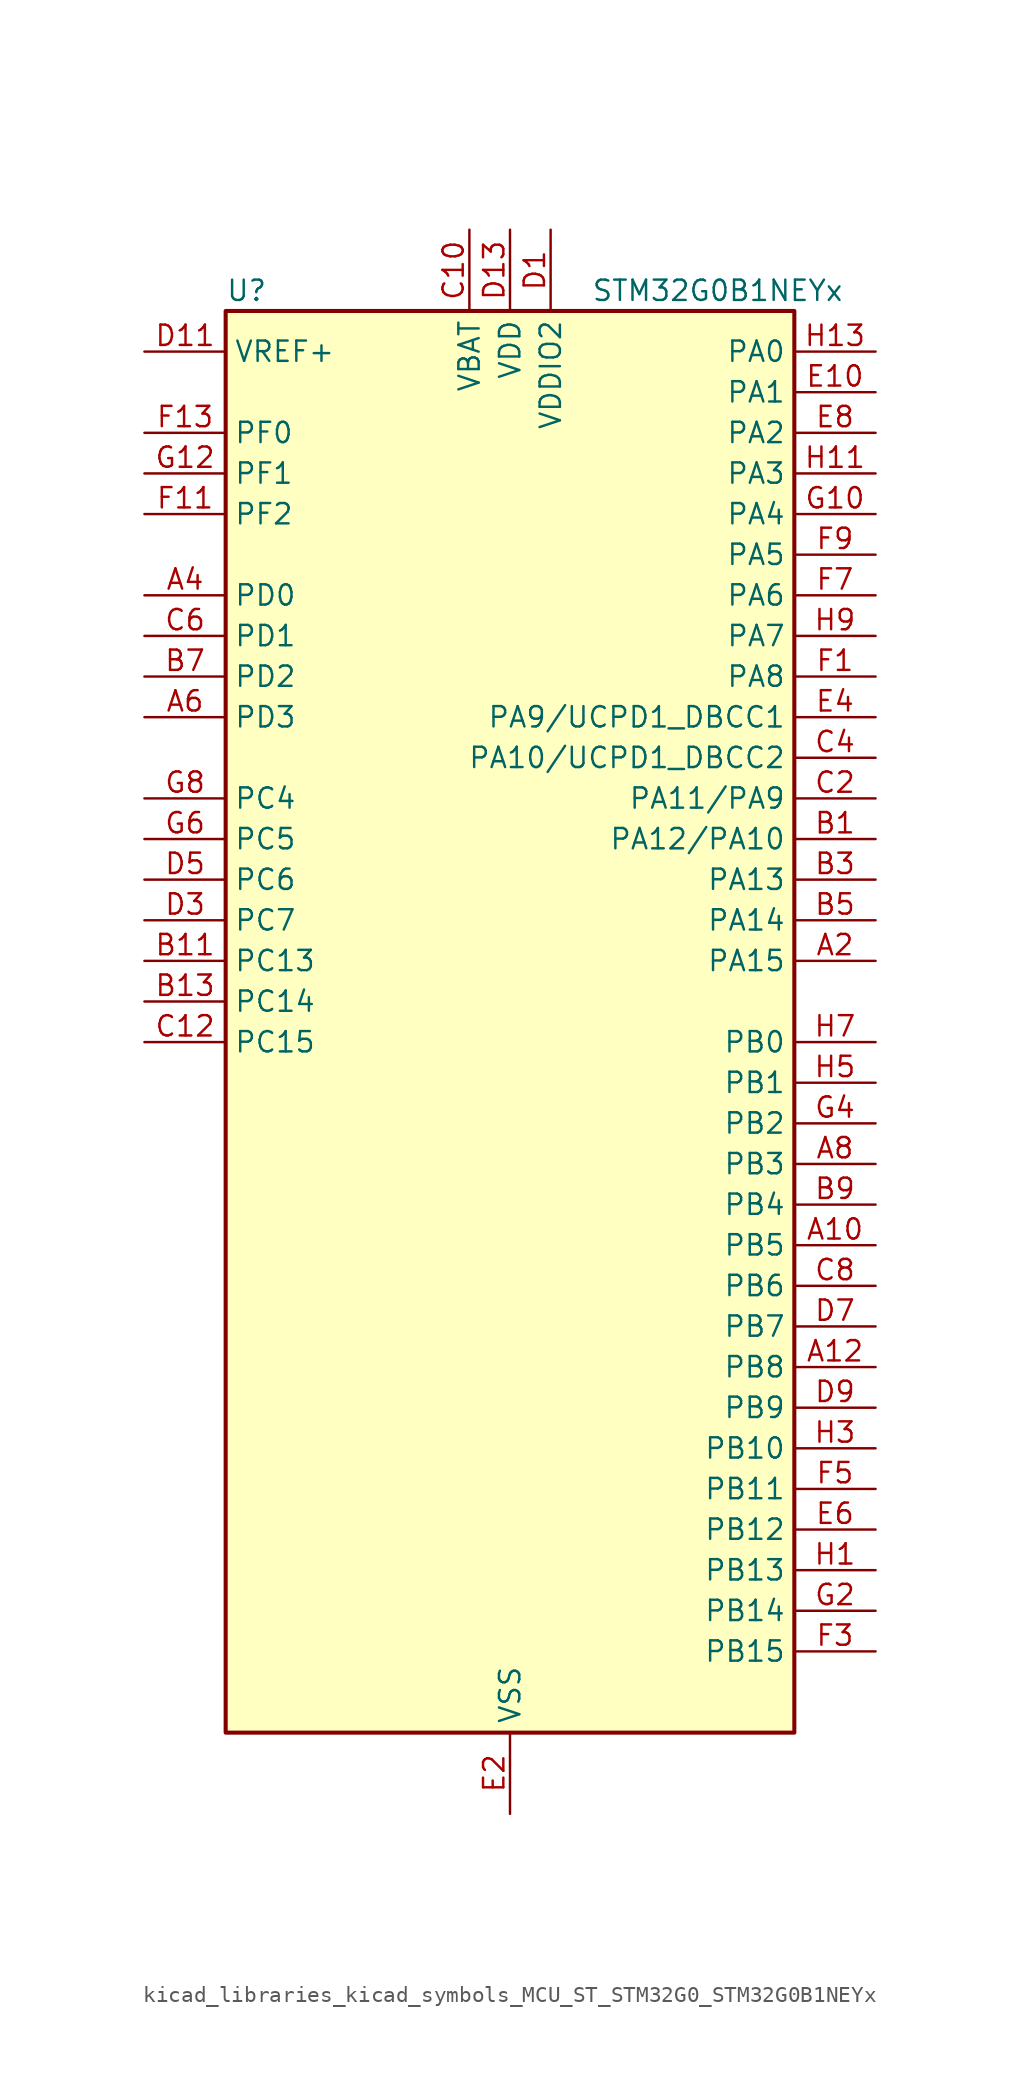
<source format=kicad_sym>
(kicad_symbol_lib
  (version 20220914)
  (generator kicad_symbol_editor)
  (symbol "kicad_libraries_kicad_symbols_MCU_ST_STM32G0_STM32G0B1NEYx"
    (property "Reference" "U"
      (at -17.78 46.99 0)
      (effects (font (size 1.27 1.27)) (justify left)))
    (property "Value" "STM32G0B1NEYx"
      (at 5.08 46.99 0)
      (effects (font (size 1.27 1.27)) (justify left)))
    (property "ki_locked" ""
      (at 0 0 0)
      (effects (font (size 1.27 1.27))))
    (symbol "kicad_libraries_kicad_symbols_MCU_ST_STM32G0_STM32G0B1NEYx_0_1"
      (rectangle (start -17.78 -43.18) (end 17.78 45.72) (stroke (width 0.254) (type default)) (fill (type background))))
    (symbol "kicad_libraries_kicad_symbols_MCU_ST_STM32G0_STM32G0B1NEYx_1_1"
      (pin bidirectional line (at 22.86 -12.7 180) (length 5.08) (name "PB5" (effects (font (size 1.27 1.27)))) (number "A10" (effects (font (size 1.27 1.27)))) (alternate "COMP2_OUT" bidirectional line) (alternate "FDCAN2_RX" bidirectional line) (alternate "I2C1_SMBA" bidirectional line) (alternate "I2S1_SD" bidirectional line) (alternate "LPTIM1_IN1" bidirectional line) (alternate "SPI1_MOSI" bidirectional line) (alternate "SPI3_MOSI" bidirectional line) (alternate "SYS_WKUP6" bidirectional line) (alternate "TIM16_BK" bidirectional line) (alternate "TIM3_CH2" bidirectional line) (alternate "USART5_CK" bidirectional line) (alternate "USART5_DE" bidirectional line) (alternate "USART5_RTS" bidirectional line))
      (pin bidirectional line (at 22.86 -20.32 180) (length 5.08) (name "PB8" (effects (font (size 1.27 1.27)))) (number "A12" (effects (font (size 1.27 1.27)))) (alternate "CEC" bidirectional line) (alternate "FDCAN1_RX" bidirectional line) (alternate "I2C1_SCL" bidirectional line) (alternate "I2S2_CK" bidirectional line) (alternate "SPI2_SCK" bidirectional line) (alternate "TIM15_BK" bidirectional line) (alternate "TIM16_CH1" bidirectional line) (alternate "TIM4_CH3" bidirectional line) (alternate "USART3_TX" bidirectional line) (alternate "USART6_TX" bidirectional line))
      (pin bidirectional line (at 22.86 5.08 180) (length 5.08) (name "PA15" (effects (font (size 1.27 1.27)))) (number "A2" (effects (font (size 1.27 1.27)))) (alternate "I2C2_SMBA" bidirectional line) (alternate "I2S1_WS" bidirectional line) (alternate "RCC_MCO_2" bidirectional line) (alternate "SPI1_NSS" bidirectional line) (alternate "SPI3_NSS" bidirectional line) (alternate "TIM2_CH1" bidirectional line) (alternate "TIM2_ETR" bidirectional line) (alternate "USART2_RX" bidirectional line) (alternate "USART3_CK" bidirectional line) (alternate "USART3_DE" bidirectional line) (alternate "USART3_RTS" bidirectional line) (alternate "USART4_CK" bidirectional line) (alternate "USART4_DE" bidirectional line) (alternate "USART4_RTS" bidirectional line) (alternate "USB_NOE" bidirectional line))
      (pin bidirectional line (at -22.86 27.94 0) (length 5.08) (name "PD0" (effects (font (size 1.27 1.27)))) (number "A4" (effects (font (size 1.27 1.27)))) (alternate "FDCAN1_RX" bidirectional line) (alternate "I2S2_WS" bidirectional line) (alternate "SPI2_NSS" bidirectional line) (alternate "TIM16_CH1" bidirectional line) (alternate "UCPD2_CC1" bidirectional line))
      (pin bidirectional line (at -22.86 20.32 0) (length 5.08) (name "PD3" (effects (font (size 1.27 1.27)))) (number "A6" (effects (font (size 1.27 1.27)))) (alternate "I2S2_MCK" bidirectional line) (alternate "SPI2_MISO" bidirectional line) (alternate "TIM1_CH2N" bidirectional line) (alternate "UCPD2_DBCC2" bidirectional line) (alternate "USART2_CTS" bidirectional line) (alternate "USART2_NSS" bidirectional line) (alternate "USART5_TX" bidirectional line))
      (pin bidirectional line (at 22.86 -7.62 180) (length 5.08) (name "PB3" (effects (font (size 1.27 1.27)))) (number "A8" (effects (font (size 1.27 1.27)))) (alternate "COMP2_INM" bidirectional line) (alternate "I2C2_SCL" bidirectional line) (alternate "I2C3_SCL" bidirectional line) (alternate "I2S1_CK" bidirectional line) (alternate "SPI1_SCK" bidirectional line) (alternate "SPI3_SCK" bidirectional line) (alternate "TIM1_CH2" bidirectional line) (alternate "TIM2_CH2" bidirectional line) (alternate "USART1_CK" bidirectional line) (alternate "USART1_DE" bidirectional line) (alternate "USART1_RTS" bidirectional line) (alternate "USART5_TX" bidirectional line))
      (pin bidirectional line (at 22.86 12.7 180) (length 5.08) (name "PA12/PA10" (effects (font (size 1.27 1.27)))) (number "B1" (effects (font (size 1.27 1.27)))) (alternate "COMP2_OUT" bidirectional line) (alternate "FDCAN1_TX" bidirectional line) (alternate "I2C2_SDA" bidirectional line) (alternate "I2S1_SD" bidirectional line) (alternate "I2S_CKIN" bidirectional line) (alternate "SPI1_MOSI" bidirectional line) (alternate "TIM1_ETR" bidirectional line) (alternate "USART1_CK" bidirectional line) (alternate "USART1_DE" bidirectional line) (alternate "USART1_RTS" bidirectional line) (alternate "USB_DP" bidirectional line))
      (pin bidirectional line (at -22.86 5.08 0) (length 5.08) (name "PC13" (effects (font (size 1.27 1.27)))) (number "B11" (effects (font (size 1.27 1.27)))) (alternate "RTC_OUT1" bidirectional line) (alternate "RTC_TAMP_IN1" bidirectional line) (alternate "RTC_TS" bidirectional line) (alternate "SYS_WKUP2" bidirectional line) (alternate "TIM1_BK" bidirectional line))
      (pin bidirectional line (at -22.86 2.54 0) (length 5.08) (name "PC14" (effects (font (size 1.27 1.27)))) (number "B13" (effects (font (size 1.27 1.27)))) (alternate "RCC_OSC32_IN" bidirectional line) (alternate "TIM1_BK2" bidirectional line))
      (pin bidirectional line (at 22.86 10.16 180) (length 5.08) (name "PA13" (effects (font (size 1.27 1.27)))) (number "B3" (effects (font (size 1.27 1.27)))) (alternate "IR_OUT" bidirectional line) (alternate "LPUART2_RX" bidirectional line) (alternate "SYS_SWDIO" bidirectional line) (alternate "USB_NOE" bidirectional line))
      (pin bidirectional line (at 22.86 7.62 180) (length 5.08) (name "PA14" (effects (font (size 1.27 1.27)))) (number "B5" (effects (font (size 1.27 1.27)))) (alternate "LPUART2_TX" bidirectional line) (alternate "SYS_SWCLK" bidirectional line) (alternate "USART2_TX" bidirectional line))
      (pin bidirectional line (at -22.86 22.86 0) (length 5.08) (name "PD2" (effects (font (size 1.27 1.27)))) (number "B7" (effects (font (size 1.27 1.27)))) (alternate "TIM1_CH1N" bidirectional line) (alternate "TIM3_ETR" bidirectional line) (alternate "UCPD2_CC2" bidirectional line) (alternate "USART3_CK" bidirectional line) (alternate "USART3_DE" bidirectional line) (alternate "USART3_RTS" bidirectional line) (alternate "USART5_RX" bidirectional line))
      (pin bidirectional line (at 22.86 -10.16 180) (length 5.08) (name "PB4" (effects (font (size 1.27 1.27)))) (number "B9" (effects (font (size 1.27 1.27)))) (alternate "COMP2_INP" bidirectional line) (alternate "I2C2_SDA" bidirectional line) (alternate "I2C3_SDA" bidirectional line) (alternate "I2S1_MCK" bidirectional line) (alternate "SPI1_MISO" bidirectional line) (alternate "SPI3_MISO" bidirectional line) (alternate "TIM17_BK" bidirectional line) (alternate "TIM3_CH1" bidirectional line) (alternate "USART1_CTS" bidirectional line) (alternate "USART1_NSS" bidirectional line) (alternate "USART5_RX" bidirectional line))
      (pin power_in line (at -2.54 50.8 270) (length 5.08) (name "VBAT" (effects (font (size 1.27 1.27)))) (number "C10" (effects (font (size 1.27 1.27)))))
      (pin bidirectional line (at -22.86 0 0) (length 5.08) (name "PC15" (effects (font (size 1.27 1.27)))) (number "C12" (effects (font (size 1.27 1.27)))) (alternate "RCC_OSC32_EN" bidirectional line) (alternate "RCC_OSC32_OUT" bidirectional line) (alternate "RCC_OSC_EN" bidirectional line) (alternate "TIM15_BK" bidirectional line))
      (pin bidirectional line (at 22.86 15.24 180) (length 5.08) (name "PA11/PA9" (effects (font (size 1.27 1.27)))) (number "C2" (effects (font (size 1.27 1.27)))) (alternate "ADC1_EXTI11" bidirectional line) (alternate "COMP1_OUT" bidirectional line) (alternate "FDCAN1_RX" bidirectional line) (alternate "I2C2_SCL" bidirectional line) (alternate "I2S1_MCK" bidirectional line) (alternate "SPI1_MISO" bidirectional line) (alternate "TIM1_BK2" bidirectional line) (alternate "TIM1_CH4" bidirectional line) (alternate "USART1_CTS" bidirectional line) (alternate "USART1_NSS" bidirectional line) (alternate "USB_DM" bidirectional line))
      (pin bidirectional line (at 22.86 17.78 180) (length 5.08) (name "PA10/UCPD1_DBCC2" (effects (font (size 1.27 1.27)))) (number "C4" (effects (font (size 1.27 1.27)))) (alternate "I2C1_SDA" bidirectional line) (alternate "I2C2_SDA" bidirectional line) (alternate "I2S2_SD" bidirectional line) (alternate "RCC_MCO_2" bidirectional line) (alternate "SPI2_MOSI" bidirectional line) (alternate "TIM17_BK" bidirectional line) (alternate "TIM1_CH3" bidirectional line) (alternate "UCPD1_DBCC2" bidirectional line) (alternate "USART1_RX" bidirectional line))
      (pin bidirectional line (at -22.86 25.4 0) (length 5.08) (name "PD1" (effects (font (size 1.27 1.27)))) (number "C6" (effects (font (size 1.27 1.27)))) (alternate "FDCAN1_TX" bidirectional line) (alternate "I2S2_CK" bidirectional line) (alternate "SPI2_SCK" bidirectional line) (alternate "TIM17_CH1" bidirectional line) (alternate "UCPD2_DBCC1" bidirectional line))
      (pin bidirectional line (at 22.86 -15.24 180) (length 5.08) (name "PB6" (effects (font (size 1.27 1.27)))) (number "C8" (effects (font (size 1.27 1.27)))) (alternate "COMP2_INP" bidirectional line) (alternate "FDCAN2_TX" bidirectional line) (alternate "I2C1_SCL" bidirectional line) (alternate "I2S2_MCK" bidirectional line) (alternate "LPTIM1_ETR" bidirectional line) (alternate "LPUART2_TX" bidirectional line) (alternate "SPI2_MISO" bidirectional line) (alternate "TIM16_CH1N" bidirectional line) (alternate "TIM1_CH3" bidirectional line) (alternate "TIM4_CH1" bidirectional line) (alternate "USART1_TX" bidirectional line) (alternate "USART5_CTS" bidirectional line) (alternate "USART5_NSS" bidirectional line))
      (pin power_in line (at 2.54 50.8 270) (length 5.08) (name "VDDIO2" (effects (font (size 1.27 1.27)))) (number "D1" (effects (font (size 1.27 1.27)))))
      (pin input line (at -22.86 43.18 0) (length 5.08) (name "VREF+" (effects (font (size 1.27 1.27)))) (number "D11" (effects (font (size 1.27 1.27)))) (alternate "VREFBUF_OUT" bidirectional line))
      (pin power_in line (at 0 50.8 270) (length 5.08) (name "VDD" (effects (font (size 1.27 1.27)))) (number "D13" (effects (font (size 1.27 1.27)))))
      (pin bidirectional line (at -22.86 7.62 0) (length 5.08) (name "PC7" (effects (font (size 1.27 1.27)))) (number "D3" (effects (font (size 1.27 1.27)))) (alternate "LPUART2_RX" bidirectional line) (alternate "TIM2_CH4" bidirectional line) (alternate "TIM3_CH2" bidirectional line) (alternate "UCPD2_FRSTX1" bidirectional line) (alternate "UCPD2_FRSTX2" bidirectional line))
      (pin bidirectional line (at -22.86 10.16 0) (length 5.08) (name "PC6" (effects (font (size 1.27 1.27)))) (number "D5" (effects (font (size 1.27 1.27)))) (alternate "LPUART2_TX" bidirectional line) (alternate "TIM2_CH3" bidirectional line) (alternate "TIM3_CH1" bidirectional line) (alternate "UCPD1_FRSTX1" bidirectional line) (alternate "UCPD1_FRSTX2" bidirectional line))
      (pin bidirectional line (at 22.86 -17.78 180) (length 5.08) (name "PB7" (effects (font (size 1.27 1.27)))) (number "D7" (effects (font (size 1.27 1.27)))) (alternate "COMP2_INM" bidirectional line) (alternate "I2C1_SDA" bidirectional line) (alternate "I2S2_SD" bidirectional line) (alternate "LPTIM1_IN2" bidirectional line) (alternate "LPUART2_RX" bidirectional line) (alternate "SPI2_MOSI" bidirectional line) (alternate "SYS_PVD_IN" bidirectional line) (alternate "TIM17_CH1N" bidirectional line) (alternate "TIM4_CH2" bidirectional line) (alternate "USART1_RX" bidirectional line) (alternate "USART4_CTS" bidirectional line) (alternate "USART4_NSS" bidirectional line))
      (pin bidirectional line (at 22.86 -22.86 180) (length 5.08) (name "PB9" (effects (font (size 1.27 1.27)))) (number "D9" (effects (font (size 1.27 1.27)))) (alternate "DAC1_EXTI9" bidirectional line) (alternate "FDCAN1_TX" bidirectional line) (alternate "I2C1_SDA" bidirectional line) (alternate "I2S2_WS" bidirectional line) (alternate "IR_OUT" bidirectional line) (alternate "SPI2_NSS" bidirectional line) (alternate "TIM17_CH1" bidirectional line) (alternate "TIM4_CH4" bidirectional line) (alternate "UCPD2_FRSTX1" bidirectional line) (alternate "UCPD2_FRSTX2" bidirectional line) (alternate "USART3_RX" bidirectional line) (alternate "USART6_RX" bidirectional line))
      (pin bidirectional line (at 22.86 40.64 180) (length 5.08) (name "PA1" (effects (font (size 1.27 1.27)))) (number "E10" (effects (font (size 1.27 1.27)))) (alternate "ADC1_IN1" bidirectional line) (alternate "COMP1_INP" bidirectional line) (alternate "I2C1_SMBA" bidirectional line) (alternate "I2S1_CK" bidirectional line) (alternate "SPI1_SCK" bidirectional line) (alternate "TIM15_CH1N" bidirectional line) (alternate "TIM2_CH2" bidirectional line) (alternate "USART2_CK" bidirectional line) (alternate "USART2_DE" bidirectional line) (alternate "USART2_RTS" bidirectional line) (alternate "USART4_RX" bidirectional line))
      (pin passive line (at 0 -48.26 90) (length 5.08) hide (name "VSS" (effects (font (size 1.27 1.27)))) (number "E12" (effects (font (size 1.27 1.27)))))
      (pin power_in line (at 0 -48.26 90) (length 5.08) (name "VSS" (effects (font (size 1.27 1.27)))) (number "E2" (effects (font (size 1.27 1.27)))))
      (pin bidirectional line (at 22.86 20.32 180) (length 5.08) (name "PA9/UCPD1_DBCC1" (effects (font (size 1.27 1.27)))) (number "E4" (effects (font (size 1.27 1.27)))) (alternate "DAC1_EXTI9" bidirectional line) (alternate "I2C1_SCL" bidirectional line) (alternate "I2C2_SCL" bidirectional line) (alternate "I2S2_MCK" bidirectional line) (alternate "RCC_MCO" bidirectional line) (alternate "SPI2_MISO" bidirectional line) (alternate "TIM15_BK" bidirectional line) (alternate "TIM1_CH2" bidirectional line) (alternate "UCPD1_DBCC1" bidirectional line) (alternate "USART1_TX" bidirectional line))
      (pin bidirectional line (at 22.86 -30.48 180) (length 5.08) (name "PB12" (effects (font (size 1.27 1.27)))) (number "E6" (effects (font (size 1.27 1.27)))) (alternate "ADC1_IN16" bidirectional line) (alternate "FDCAN2_RX" bidirectional line) (alternate "I2C2_SMBA" bidirectional line) (alternate "I2S2_WS" bidirectional line) (alternate "LPUART1_DE" bidirectional line) (alternate "LPUART1_RTS" bidirectional line) (alternate "SPI2_NSS" bidirectional line) (alternate "TIM15_BK" bidirectional line) (alternate "TIM1_BK" bidirectional line) (alternate "UCPD2_FRSTX1" bidirectional line) (alternate "UCPD2_FRSTX2" bidirectional line))
      (pin bidirectional line (at 22.86 38.1 180) (length 5.08) (name "PA2" (effects (font (size 1.27 1.27)))) (number "E8" (effects (font (size 1.27 1.27)))) (alternate "ADC1_IN2" bidirectional line) (alternate "COMP2_INM" bidirectional line) (alternate "COMP2_OUT" bidirectional line) (alternate "I2S1_SD" bidirectional line) (alternate "LPUART1_TX" bidirectional line) (alternate "RCC_LSCO" bidirectional line) (alternate "SPI1_MOSI" bidirectional line) (alternate "SYS_WKUP4" bidirectional line) (alternate "TIM15_CH1" bidirectional line) (alternate "TIM2_CH3" bidirectional line) (alternate "UCPD1_FRSTX1" bidirectional line) (alternate "UCPD1_FRSTX2" bidirectional line) (alternate "USART2_TX" bidirectional line))
      (pin bidirectional line (at 22.86 22.86 180) (length 5.08) (name "PA8" (effects (font (size 1.27 1.27)))) (number "F1" (effects (font (size 1.27 1.27)))) (alternate "CRS1_SYNC" bidirectional line) (alternate "I2C2_SMBA" bidirectional line) (alternate "I2S2_WS" bidirectional line) (alternate "LPTIM2_OUT" bidirectional line) (alternate "RCC_MCO" bidirectional line) (alternate "SPI2_NSS" bidirectional line) (alternate "TIM1_CH1" bidirectional line) (alternate "UCPD1_CC1" bidirectional line))
      (pin bidirectional line (at -22.86 33.02 0) (length 5.08) (name "PF2" (effects (font (size 1.27 1.27)))) (number "F11" (effects (font (size 1.27 1.27)))) (alternate "LPUART2_DE" bidirectional line) (alternate "LPUART2_RTS" bidirectional line) (alternate "LPUART2_TX" bidirectional line) (alternate "RCC_MCO" bidirectional line))
      (pin bidirectional line (at -22.86 38.1 0) (length 5.08) (name "PF0" (effects (font (size 1.27 1.27)))) (number "F13" (effects (font (size 1.27 1.27)))) (alternate "CRS1_SYNC" bidirectional line) (alternate "RCC_OSC_IN" bidirectional line) (alternate "TIM14_CH1" bidirectional line))
      (pin bidirectional line (at 22.86 -38.1 180) (length 5.08) (name "PB15" (effects (font (size 1.27 1.27)))) (number "F3" (effects (font (size 1.27 1.27)))) (alternate "I2S2_SD" bidirectional line) (alternate "RTC_REFIN" bidirectional line) (alternate "SPI2_MOSI" bidirectional line) (alternate "TIM15_CH1N" bidirectional line) (alternate "TIM15_CH2" bidirectional line) (alternate "TIM1_CH3N" bidirectional line) (alternate "UCPD1_CC2" bidirectional line) (alternate "USART6_CTS" bidirectional line) (alternate "USART6_NSS" bidirectional line))
      (pin bidirectional line (at 22.86 -27.94 180) (length 5.08) (name "PB11" (effects (font (size 1.27 1.27)))) (number "F5" (effects (font (size 1.27 1.27)))) (alternate "ADC1_EXTI11" bidirectional line) (alternate "ADC1_IN15" bidirectional line) (alternate "COMP2_OUT" bidirectional line) (alternate "I2C2_SDA" bidirectional line) (alternate "I2S2_SD" bidirectional line) (alternate "LPUART1_TX" bidirectional line) (alternate "SPI2_MOSI" bidirectional line) (alternate "TIM2_CH4" bidirectional line) (alternate "USART3_RX" bidirectional line))
      (pin bidirectional line (at 22.86 27.94 180) (length 5.08) (name "PA6" (effects (font (size 1.27 1.27)))) (number "F7" (effects (font (size 1.27 1.27)))) (alternate "ADC1_IN6" bidirectional line) (alternate "COMP1_OUT" bidirectional line) (alternate "I2C2_SDA" bidirectional line) (alternate "I2C3_SDA" bidirectional line) (alternate "I2S1_MCK" bidirectional line) (alternate "LPUART1_CTS" bidirectional line) (alternate "SPI1_MISO" bidirectional line) (alternate "TIM16_CH1" bidirectional line) (alternate "TIM1_BK" bidirectional line) (alternate "TIM3_CH1" bidirectional line) (alternate "USART3_CTS" bidirectional line) (alternate "USART3_NSS" bidirectional line) (alternate "USART6_CTS" bidirectional line) (alternate "USART6_NSS" bidirectional line))
      (pin bidirectional line (at 22.86 30.48 180) (length 5.08) (name "PA5" (effects (font (size 1.27 1.27)))) (number "F9" (effects (font (size 1.27 1.27)))) (alternate "ADC1_IN5" bidirectional line) (alternate "CEC" bidirectional line) (alternate "DAC1_OUT2" bidirectional line) (alternate "I2S1_CK" bidirectional line) (alternate "LPTIM2_ETR" bidirectional line) (alternate "SPI1_SCK" bidirectional line) (alternate "TIM2_CH1" bidirectional line) (alternate "TIM2_ETR" bidirectional line) (alternate "UCPD1_FRSTX1" bidirectional line) (alternate "UCPD1_FRSTX2" bidirectional line) (alternate "USART3_TX" bidirectional line) (alternate "USART6_RX" bidirectional line))
      (pin bidirectional line (at 22.86 33.02 180) (length 5.08) (name "PA4" (effects (font (size 1.27 1.27)))) (number "G10" (effects (font (size 1.27 1.27)))) (alternate "ADC1_IN4" bidirectional line) (alternate "DAC1_OUT1" bidirectional line) (alternate "I2S1_WS" bidirectional line) (alternate "I2S2_SD" bidirectional line) (alternate "LPTIM2_OUT" bidirectional line) (alternate "RTC_OUT2" bidirectional line) (alternate "SPI1_NSS" bidirectional line) (alternate "SPI2_MOSI" bidirectional line) (alternate "SPI3_NSS" bidirectional line) (alternate "TIM14_CH1" bidirectional line) (alternate "UCPD2_FRSTX1" bidirectional line) (alternate "UCPD2_FRSTX2" bidirectional line) (alternate "USART6_TX" bidirectional line) (alternate "USB_NOE" bidirectional line))
      (pin bidirectional line (at -22.86 35.56 0) (length 5.08) (name "PF1" (effects (font (size 1.27 1.27)))) (number "G12" (effects (font (size 1.27 1.27)))) (alternate "RCC_OSC_EN" bidirectional line) (alternate "RCC_OSC_OUT" bidirectional line) (alternate "TIM15_CH1N" bidirectional line))
      (pin bidirectional line (at 22.86 -35.56 180) (length 5.08) (name "PB14" (effects (font (size 1.27 1.27)))) (number "G2" (effects (font (size 1.27 1.27)))) (alternate "I2C2_SDA" bidirectional line) (alternate "I2S2_MCK" bidirectional line) (alternate "SPI2_MISO" bidirectional line) (alternate "TIM15_CH1" bidirectional line) (alternate "TIM1_CH2N" bidirectional line) (alternate "UCPD1_FRSTX1" bidirectional line) (alternate "UCPD1_FRSTX2" bidirectional line) (alternate "USART3_CK" bidirectional line) (alternate "USART3_DE" bidirectional line) (alternate "USART3_RTS" bidirectional line) (alternate "USART6_CK" bidirectional line) (alternate "USART6_DE" bidirectional line) (alternate "USART6_RTS" bidirectional line))
      (pin bidirectional line (at 22.86 -5.08 180) (length 5.08) (name "PB2" (effects (font (size 1.27 1.27)))) (number "G4" (effects (font (size 1.27 1.27)))) (alternate "ADC1_IN10" bidirectional line) (alternate "COMP1_INP" bidirectional line) (alternate "COMP3_INM" bidirectional line) (alternate "I2S2_MCK" bidirectional line) (alternate "LPTIM1_OUT" bidirectional line) (alternate "RCC_MCO_2" bidirectional line) (alternate "SPI2_MISO" bidirectional line) (alternate "USART3_TX" bidirectional line))
      (pin bidirectional line (at -22.86 12.7 0) (length 5.08) (name "PC5" (effects (font (size 1.27 1.27)))) (number "G6" (effects (font (size 1.27 1.27)))) (alternate "ADC1_IN18" bidirectional line) (alternate "COMP1_INP" bidirectional line) (alternate "FDCAN1_TX" bidirectional line) (alternate "SYS_WKUP5" bidirectional line) (alternate "TIM2_CH2" bidirectional line) (alternate "USART1_RX" bidirectional line) (alternate "USART3_RX" bidirectional line))
      (pin bidirectional line (at -22.86 15.24 0) (length 5.08) (name "PC4" (effects (font (size 1.27 1.27)))) (number "G8" (effects (font (size 1.27 1.27)))) (alternate "ADC1_IN17" bidirectional line) (alternate "COMP1_INM" bidirectional line) (alternate "FDCAN1_RX" bidirectional line) (alternate "TIM2_CH1" bidirectional line) (alternate "TIM2_ETR" bidirectional line) (alternate "USART1_TX" bidirectional line) (alternate "USART3_TX" bidirectional line))
      (pin bidirectional line (at 22.86 -33.02 180) (length 5.08) (name "PB13" (effects (font (size 1.27 1.27)))) (number "H1" (effects (font (size 1.27 1.27)))) (alternate "FDCAN2_TX" bidirectional line) (alternate "I2C2_SCL" bidirectional line) (alternate "I2S2_CK" bidirectional line) (alternate "LPUART1_CTS" bidirectional line) (alternate "SPI2_SCK" bidirectional line) (alternate "TIM15_CH1N" bidirectional line) (alternate "TIM1_CH1N" bidirectional line) (alternate "USART3_CTS" bidirectional line) (alternate "USART3_NSS" bidirectional line))
      (pin bidirectional line (at 22.86 35.56 180) (length 5.08) (name "PA3" (effects (font (size 1.27 1.27)))) (number "H11" (effects (font (size 1.27 1.27)))) (alternate "ADC1_IN3" bidirectional line) (alternate "COMP2_INP" bidirectional line) (alternate "I2S2_MCK" bidirectional line) (alternate "LPUART1_RX" bidirectional line) (alternate "SPI2_MISO" bidirectional line) (alternate "TIM15_CH2" bidirectional line) (alternate "TIM2_CH4" bidirectional line) (alternate "UCPD2_FRSTX1" bidirectional line) (alternate "UCPD2_FRSTX2" bidirectional line) (alternate "USART2_RX" bidirectional line))
      (pin bidirectional line (at 22.86 43.18 180) (length 5.08) (name "PA0" (effects (font (size 1.27 1.27)))) (number "H13" (effects (font (size 1.27 1.27)))) (alternate "ADC1_IN0" bidirectional line) (alternate "COMP1_INM" bidirectional line) (alternate "COMP1_OUT" bidirectional line) (alternate "I2S2_CK" bidirectional line) (alternate "LPTIM1_OUT" bidirectional line) (alternate "RTC_TAMP_IN2" bidirectional line) (alternate "SPI2_SCK" bidirectional line) (alternate "SYS_WKUP1" bidirectional line) (alternate "TIM2_CH1" bidirectional line) (alternate "TIM2_ETR" bidirectional line) (alternate "UCPD2_FRSTX1" bidirectional line) (alternate "UCPD2_FRSTX2" bidirectional line) (alternate "USART2_CTS" bidirectional line) (alternate "USART2_NSS" bidirectional line) (alternate "USART4_TX" bidirectional line))
      (pin bidirectional line (at 22.86 -25.4 180) (length 5.08) (name "PB10" (effects (font (size 1.27 1.27)))) (number "H3" (effects (font (size 1.27 1.27)))) (alternate "ADC1_IN11" bidirectional line) (alternate "CEC" bidirectional line) (alternate "COMP1_OUT" bidirectional line) (alternate "I2C2_SCL" bidirectional line) (alternate "I2S2_CK" bidirectional line) (alternate "LPUART1_RX" bidirectional line) (alternate "SPI2_SCK" bidirectional line) (alternate "TIM2_CH3" bidirectional line) (alternate "USART3_TX" bidirectional line))
      (pin bidirectional line (at 22.86 -2.54 180) (length 5.08) (name "PB1" (effects (font (size 1.27 1.27)))) (number "H5" (effects (font (size 1.27 1.27)))) (alternate "ADC1_IN9" bidirectional line) (alternate "COMP1_INM" bidirectional line) (alternate "COMP3_OUT" bidirectional line) (alternate "FDCAN2_TX" bidirectional line) (alternate "LPTIM2_IN1" bidirectional line) (alternate "LPUART1_DE" bidirectional line) (alternate "LPUART1_RTS" bidirectional line) (alternate "LPUART2_DE" bidirectional line) (alternate "LPUART2_RTS" bidirectional line) (alternate "TIM14_CH1" bidirectional line) (alternate "TIM1_CH3N" bidirectional line) (alternate "TIM3_CH4" bidirectional line) (alternate "USART3_CK" bidirectional line) (alternate "USART3_DE" bidirectional line) (alternate "USART3_RTS" bidirectional line) (alternate "USART5_RX" bidirectional line))
      (pin bidirectional line (at 22.86 0 180) (length 5.08) (name "PB0" (effects (font (size 1.27 1.27)))) (number "H7" (effects (font (size 1.27 1.27)))) (alternate "ADC1_IN8" bidirectional line) (alternate "COMP1_OUT" bidirectional line) (alternate "COMP3_INP" bidirectional line) (alternate "FDCAN2_RX" bidirectional line) (alternate "I2S1_WS" bidirectional line) (alternate "LPTIM1_OUT" bidirectional line) (alternate "LPUART2_CTS" bidirectional line) (alternate "SPI1_NSS" bidirectional line) (alternate "TIM1_CH2N" bidirectional line) (alternate "TIM3_CH3" bidirectional line) (alternate "UCPD1_FRSTX1" bidirectional line) (alternate "UCPD1_FRSTX2" bidirectional line) (alternate "USART3_RX" bidirectional line) (alternate "USART5_TX" bidirectional line))
      (pin bidirectional line (at 22.86 25.4 180) (length 5.08) (name "PA7" (effects (font (size 1.27 1.27)))) (number "H9" (effects (font (size 1.27 1.27)))) (alternate "ADC1_IN7" bidirectional line) (alternate "COMP2_OUT" bidirectional line) (alternate "I2C2_SCL" bidirectional line) (alternate "I2C3_SCL" bidirectional line) (alternate "I2S1_SD" bidirectional line) (alternate "SPI1_MOSI" bidirectional line) (alternate "TIM14_CH1" bidirectional line) (alternate "TIM17_CH1" bidirectional line) (alternate "TIM1_CH1N" bidirectional line) (alternate "TIM3_CH2" bidirectional line) (alternate "UCPD1_FRSTX1" bidirectional line) (alternate "UCPD1_FRSTX2" bidirectional line) (alternate "USART6_CK" bidirectional line) (alternate "USART6_DE" bidirectional line) (alternate "USART6_RTS" bidirectional line)))))
</source>
